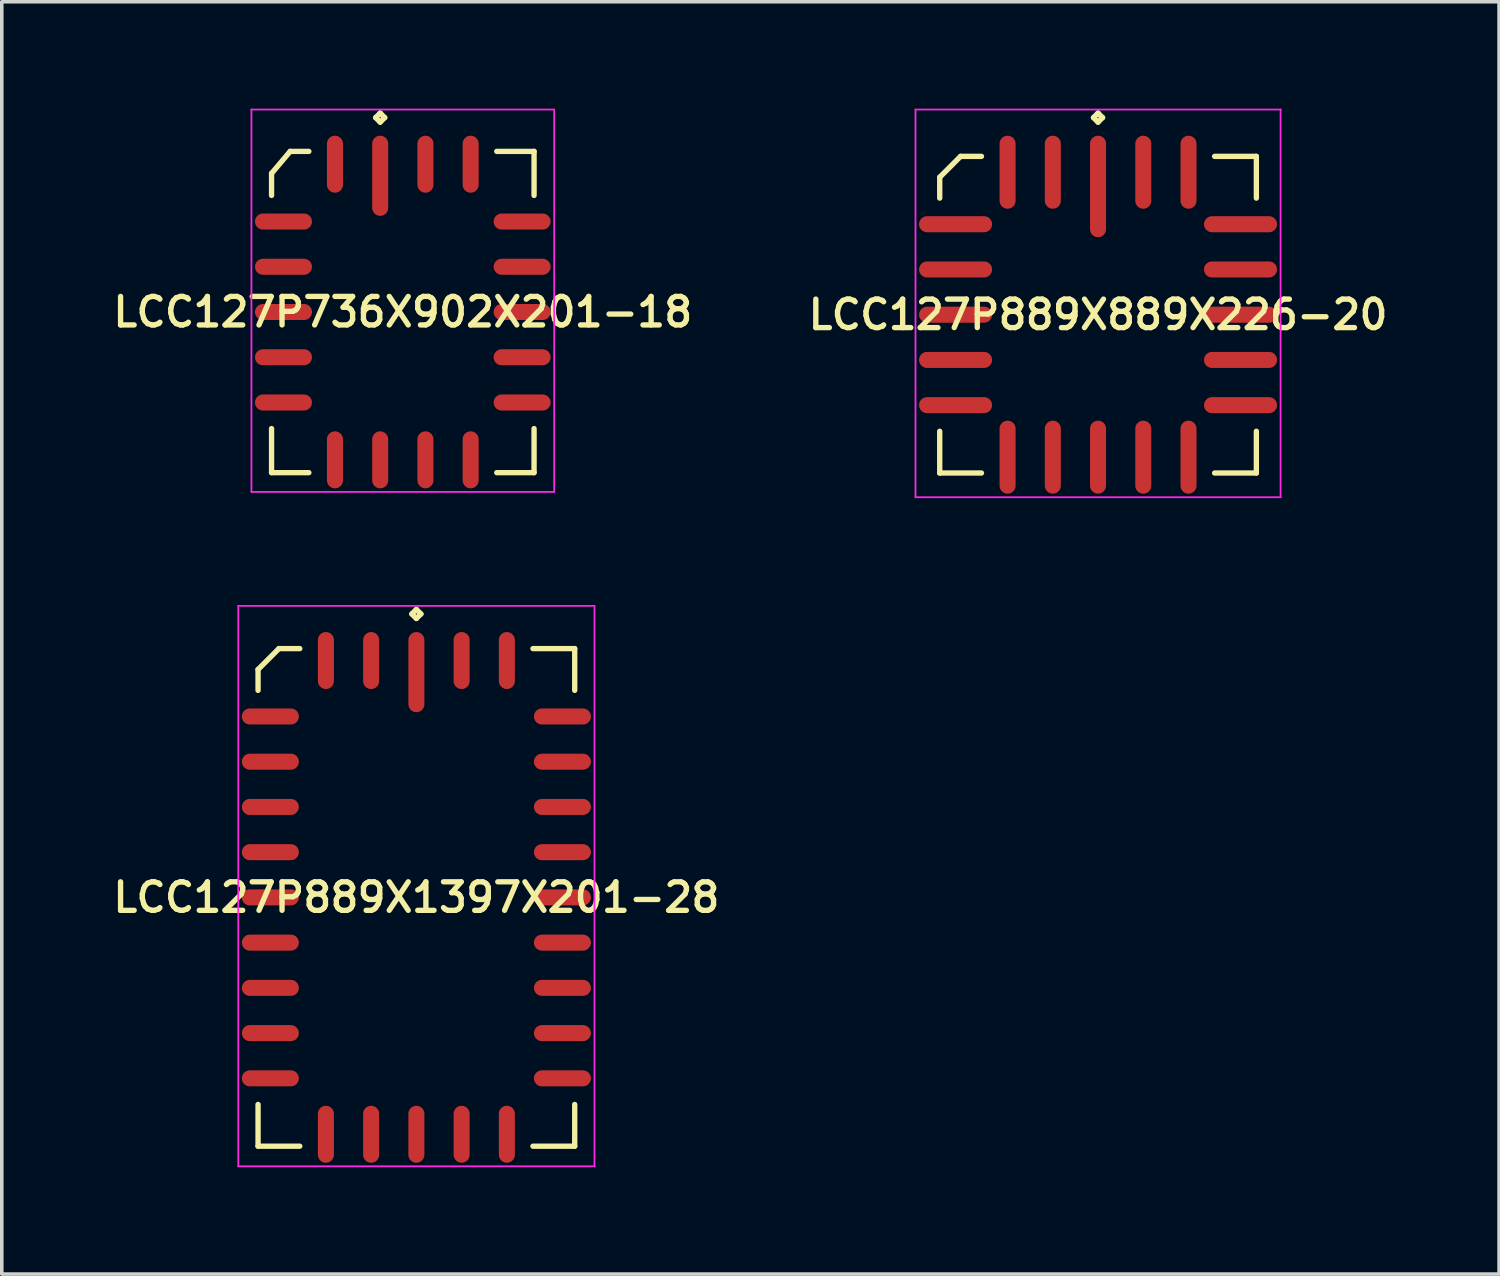
<source format=kicad_pcb>
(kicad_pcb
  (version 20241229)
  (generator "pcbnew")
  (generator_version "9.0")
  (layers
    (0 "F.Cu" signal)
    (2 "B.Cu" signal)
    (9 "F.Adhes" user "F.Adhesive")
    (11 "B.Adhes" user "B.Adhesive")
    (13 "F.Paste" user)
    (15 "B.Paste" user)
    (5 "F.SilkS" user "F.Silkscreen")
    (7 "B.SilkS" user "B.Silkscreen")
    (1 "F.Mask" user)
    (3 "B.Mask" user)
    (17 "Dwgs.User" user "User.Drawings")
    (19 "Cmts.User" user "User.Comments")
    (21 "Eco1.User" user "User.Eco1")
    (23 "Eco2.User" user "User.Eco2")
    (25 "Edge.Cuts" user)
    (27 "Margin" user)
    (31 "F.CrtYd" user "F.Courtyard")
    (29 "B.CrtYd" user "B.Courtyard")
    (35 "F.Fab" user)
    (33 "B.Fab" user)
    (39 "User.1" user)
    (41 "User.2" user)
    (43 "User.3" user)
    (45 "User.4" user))
  (footprint "LCC127P889X889X226-20"
    (layer "F.Cu")
    (at 27.778 5.785)
    (property "Reference" "LCC127P889X889X226-20" (at 0 0 0) (layer "F.SilkS") (effects (font (size 0.8 0.8) (thickness 0.15))))
    (attr smd)
    (fp_line (start -4.445 -3.859) (end -3.859 -4.445) (stroke (width 0.15) (type solid)) (layer "F.SilkS"))
    (fp_line (start -4.445 -3.273) (end -4.445 -3.859) (stroke (width 0.15) (type solid)) (layer "F.SilkS"))
    (fp_line (start -4.445 3.273) (end -4.445 4.445) (stroke (width 0.15) (type solid)) (layer "F.SilkS"))
    (fp_line (start -4.445 4.445) (end -3.273 4.445) (stroke (width 0.15) (type solid)) (layer "F.SilkS"))
    (fp_line (start -3.859 -4.445) (end -3.273 -4.445) (stroke (width 0.15) (type solid)) (layer "F.SilkS"))
    (fp_line (start -0.127 -5.533) (end 0 -5.66) (stroke (width 0.15) (type solid)) (layer "F.SilkS"))
    (fp_line (start 0 -5.66) (end 0.127 -5.533) (stroke (width 0.15) (type solid)) (layer "F.SilkS"))
    (fp_line (start 0 -5.406) (end -0.127 -5.533) (stroke (width 0.15) (type solid)) (layer "F.SilkS"))
    (fp_line (start 0.127 -5.533) (end 0 -5.406) (stroke (width 0.15) (type solid)) (layer "F.SilkS"))
    (fp_line (start 4.445 -4.445) (end 3.273 -4.445) (stroke (width 0.15) (type solid)) (layer "F.SilkS"))
    (fp_line (start 4.445 -3.273) (end 4.445 -4.445) (stroke (width 0.15) (type solid)) (layer "F.SilkS"))
    (fp_line (start 4.445 3.273) (end 4.445 4.445) (stroke (width 0.15) (type solid)) (layer "F.SilkS"))
    (fp_line (start 4.445 4.445) (end 3.273 4.445) (stroke (width 0.15) (type solid)) (layer "F.SilkS"))
    (fp_line (start -5.125 -5.76) (end 5.125 -5.76) (stroke (width 0.05) (type solid)) (layer "F.CrtYd"))
    (fp_line (start -5.125 5.125) (end -5.125 -5.76) (stroke (width 0.05) (type solid)) (layer "F.CrtYd"))
    (fp_line (start 5.125 -5.76) (end 5.125 5.125) (stroke (width 0.05) (type solid)) (layer "F.CrtYd"))
    (fp_line (start 5.125 5.125) (end -5.125 5.125) (stroke (width 0.05) (type solid)) (layer "F.CrtYd"))
    (pad "1" smd oval (at 0 -3.6) (size 0.45 2.85) (layers "F.Cu" "F.Mask" "F.Paste"))
    (pad "2" smd oval (at -1.27 -4) (size 0.45 2.05) (layers "F.Cu" "F.Mask" "F.Paste"))
    (pad "3" smd oval (at -2.54 -4) (size 0.45 2.05) (layers "F.Cu" "F.Mask" "F.Paste"))
    (pad "4" smd oval (at -4 -2.54) (size 2.05 0.45) (layers "F.Cu" "F.Mask" "F.Paste"))
    (pad "5" smd oval (at -4 -1.27) (size 2.05 0.45) (layers "F.Cu" "F.Mask" "F.Paste"))
    (pad "6" smd oval (at -4 0) (size 2.05 0.45) (layers "F.Cu" "F.Mask" "F.Paste"))
    (pad "7" smd oval (at -4 1.27) (size 2.05 0.45) (layers "F.Cu" "F.Mask" "F.Paste"))
    (pad "8" smd oval (at -4 2.54) (size 2.05 0.45) (layers "F.Cu" "F.Mask" "F.Paste"))
    (pad "9" smd oval (at -2.54 4) (size 0.45 2.05) (layers "F.Cu" "F.Mask" "F.Paste"))
    (pad "10" smd oval (at -1.27 4) (size 0.45 2.05) (layers "F.Cu" "F.Mask" "F.Paste"))
    (pad "11" smd oval (at 0 4) (size 0.45 2.05) (layers "F.Cu" "F.Mask" "F.Paste"))
    (pad "12" smd oval (at 1.27 4) (size 0.45 2.05) (layers "F.Cu" "F.Mask" "F.Paste"))
    (pad "13" smd oval (at 2.54 4) (size 0.45 2.05) (layers "F.Cu" "F.Mask" "F.Paste"))
    (pad "14" smd oval (at 4 2.54) (size 2.05 0.45) (layers "F.Cu" "F.Mask" "F.Paste"))
    (pad "15" smd oval (at 4 1.27) (size 2.05 0.45) (layers "F.Cu" "F.Mask" "F.Paste"))
    (pad "16" smd oval (at 4 0) (size 2.05 0.45) (layers "F.Cu" "F.Mask" "F.Paste"))
    (pad "17" smd oval (at 4 -1.27) (size 2.05 0.45) (layers "F.Cu" "F.Mask" "F.Paste"))
    (pad "18" smd oval (at 4 -2.54) (size 2.05 0.45) (layers "F.Cu" "F.Mask" "F.Paste"))
    (pad "19" smd oval (at 2.54 -4) (size 0.45 2.05) (layers "F.Cu" "F.Mask" "F.Paste"))
    (pad "20" smd oval (at 1.27 -4) (size 0.45 2.05) (layers "F.Cu" "F.Mask" "F.Paste")))
  (footprint "LCC127P889X1397X201-28"
    (layer "F.Cu")
    (at 8.64 22.145)
    (property "Reference" "LCC127P889X1397X201-28" (at 0 0 0) (layer "F.SilkS") (effects (font (size 0.8 0.8) (thickness 0.15))))
    (attr smd)
    (fp_line (start -4.445 -6.399) (end -3.859 -6.985) (stroke (width 0.15) (type solid)) (layer "F.SilkS"))
    (fp_line (start -4.445 -5.813) (end -4.445 -6.399) (stroke (width 0.15) (type solid)) (layer "F.SilkS"))
    (fp_line (start -4.445 5.813) (end -4.445 6.985) (stroke (width 0.15) (type solid)) (layer "F.SilkS"))
    (fp_line (start -4.445 6.985) (end -3.273 6.985) (stroke (width 0.15) (type solid)) (layer "F.SilkS"))
    (fp_line (start -3.859 -6.985) (end -3.273 -6.985) (stroke (width 0.15) (type solid)) (layer "F.SilkS"))
    (fp_line (start -0.127 -7.958) (end 0 -8.085) (stroke (width 0.15) (type solid)) (layer "F.SilkS"))
    (fp_line (start 0 -8.085) (end 0.127 -7.958) (stroke (width 0.15) (type solid)) (layer "F.SilkS"))
    (fp_line (start 0 -7.831) (end -0.127 -7.958) (stroke (width 0.15) (type solid)) (layer "F.SilkS"))
    (fp_line (start 0.127 -7.958) (end 0 -7.831) (stroke (width 0.15) (type solid)) (layer "F.SilkS"))
    (fp_line (start 4.445 -6.985) (end 3.273 -6.985) (stroke (width 0.15) (type solid)) (layer "F.SilkS"))
    (fp_line (start 4.445 -5.813) (end 4.445 -6.985) (stroke (width 0.15) (type solid)) (layer "F.SilkS"))
    (fp_line (start 4.445 5.813) (end 4.445 6.985) (stroke (width 0.15) (type solid)) (layer "F.SilkS"))
    (fp_line (start 4.445 6.985) (end 3.273 6.985) (stroke (width 0.15) (type solid)) (layer "F.SilkS"))
    (fp_line (start -5 -8.185) (end 5 -8.185) (stroke (width 0.05) (type solid)) (layer "F.CrtYd"))
    (fp_line (start -5 7.55) (end -5 -8.185) (stroke (width 0.05) (type solid)) (layer "F.CrtYd"))
    (fp_line (start 5 -8.185) (end 5 7.55) (stroke (width 0.05) (type solid)) (layer "F.CrtYd"))
    (fp_line (start 5 7.55) (end -5 7.55) (stroke (width 0.05) (type solid)) (layer "F.CrtYd"))
    (pad "1" smd oval (at 0 -6.325) (size 0.45 2.25) (layers "F.Cu" "F.Mask" "F.Paste"))
    (pad "2" smd oval (at -1.27 -6.65) (size 0.45 1.6) (layers "F.Cu" "F.Mask" "F.Paste"))
    (pad "3" smd oval (at -2.54 -6.65) (size 0.45 1.6) (layers "F.Cu" "F.Mask" "F.Paste"))
    (pad "4" smd oval (at -4.1 -5.08) (size 1.6 0.45) (layers "F.Cu" "F.Mask" "F.Paste"))
    (pad "5" smd oval (at -4.1 -3.81) (size 1.6 0.45) (layers "F.Cu" "F.Mask" "F.Paste"))
    (pad "6" smd oval (at -4.1 -2.54) (size 1.6 0.45) (layers "F.Cu" "F.Mask" "F.Paste"))
    (pad "7" smd oval (at -4.1 -1.27) (size 1.6 0.45) (layers "F.Cu" "F.Mask" "F.Paste"))
    (pad "8" smd oval (at -4.1 0) (size 1.6 0.45) (layers "F.Cu" "F.Mask" "F.Paste"))
    (pad "9" smd oval (at -4.1 1.27) (size 1.6 0.45) (layers "F.Cu" "F.Mask" "F.Paste"))
    (pad "10" smd oval (at -4.1 2.54) (size 1.6 0.45) (layers "F.Cu" "F.Mask" "F.Paste"))
    (pad "11" smd oval (at -4.1 3.81) (size 1.6 0.45) (layers "F.Cu" "F.Mask" "F.Paste"))
    (pad "12" smd oval (at -4.1 5.08) (size 1.6 0.45) (layers "F.Cu" "F.Mask" "F.Paste"))
    (pad "13" smd oval (at -2.54 6.65) (size 0.45 1.6) (layers "F.Cu" "F.Mask" "F.Paste"))
    (pad "14" smd oval (at -1.27 6.65) (size 0.45 1.6) (layers "F.Cu" "F.Mask" "F.Paste"))
    (pad "15" smd oval (at 0 6.65) (size 0.45 1.6) (layers "F.Cu" "F.Mask" "F.Paste"))
    (pad "16" smd oval (at 1.27 6.65) (size 0.45 1.6) (layers "F.Cu" "F.Mask" "F.Paste"))
    (pad "17" smd oval (at 2.54 6.65) (size 0.45 1.6) (layers "F.Cu" "F.Mask" "F.Paste"))
    (pad "18" smd oval (at 4.1 5.08) (size 1.6 0.45) (layers "F.Cu" "F.Mask" "F.Paste"))
    (pad "19" smd oval (at 4.1 3.81) (size 1.6 0.45) (layers "F.Cu" "F.Mask" "F.Paste"))
    (pad "20" smd oval (at 4.1 2.54) (size 1.6 0.45) (layers "F.Cu" "F.Mask" "F.Paste"))
    (pad "21" smd oval (at 4.1 1.27) (size 1.6 0.45) (layers "F.Cu" "F.Mask" "F.Paste"))
    (pad "22" smd oval (at 4.1 0) (size 1.6 0.45) (layers "F.Cu" "F.Mask" "F.Paste"))
    (pad "23" smd oval (at 4.1 -1.27) (size 1.6 0.45) (layers "F.Cu" "F.Mask" "F.Paste"))
    (pad "24" smd oval (at 4.1 -2.54) (size 1.6 0.45) (layers "F.Cu" "F.Mask" "F.Paste"))
    (pad "25" smd oval (at 4.1 -3.81) (size 1.6 0.45) (layers "F.Cu" "F.Mask" "F.Paste"))
    (pad "26" smd oval (at 4.1 -5.08) (size 1.6 0.45) (layers "F.Cu" "F.Mask" "F.Paste"))
    (pad "27" smd oval (at 2.54 -6.65) (size 0.45 1.6) (layers "F.Cu" "F.Mask" "F.Paste"))
    (pad "28" smd oval (at 1.27 -6.65) (size 0.45 1.6) (layers "F.Cu" "F.Mask" "F.Paste")))
  (footprint "LCC127P736X902X201-18"
    (layer "F.Cu")
    (at 8.259 5.71)
    (property "Reference" "LCC127P736X902X201-18" (at 0 0 0) (layer "F.SilkS") (effects (font (size 0.8 0.8) (thickness 0.15))))
    (attr smd)
    (fp_line (start -3.685 -3.892) (end -3.162 -4.51) (stroke (width 0.15) (type solid)) (layer "F.SilkS"))
    (fp_line (start -3.685 -3.273) (end -3.685 -3.892) (stroke (width 0.15) (type solid)) (layer "F.SilkS"))
    (fp_line (start -3.685 3.273) (end -3.685 4.51) (stroke (width 0.15) (type solid)) (layer "F.SilkS"))
    (fp_line (start -3.685 4.51) (end -2.638 4.51) (stroke (width 0.15) (type solid)) (layer "F.SilkS"))
    (fp_line (start -3.162 -4.51) (end -2.638 -4.51) (stroke (width 0.15) (type solid)) (layer "F.SilkS"))
    (fp_line (start -0.762 -5.458) (end -0.635 -5.585) (stroke (width 0.15) (type solid)) (layer "F.SilkS"))
    (fp_line (start -0.635 -5.585) (end -0.508 -5.458) (stroke (width 0.15) (type solid)) (layer "F.SilkS"))
    (fp_line (start -0.635 -5.331) (end -0.762 -5.458) (stroke (width 0.15) (type solid)) (layer "F.SilkS"))
    (fp_line (start -0.508 -5.458) (end -0.635 -5.331) (stroke (width 0.15) (type solid)) (layer "F.SilkS"))
    (fp_line (start 3.685 -4.51) (end 2.638 -4.51) (stroke (width 0.15) (type solid)) (layer "F.SilkS"))
    (fp_line (start 3.685 -3.273) (end 3.685 -4.51) (stroke (width 0.15) (type solid)) (layer "F.SilkS"))
    (fp_line (start 3.685 3.273) (end 3.685 4.51) (stroke (width 0.15) (type solid)) (layer "F.SilkS"))
    (fp_line (start 3.685 4.51) (end 2.638 4.51) (stroke (width 0.15) (type solid)) (layer "F.SilkS"))
    (fp_line (start -4.25 -5.685) (end 4.25 -5.685) (stroke (width 0.05) (type solid)) (layer "F.CrtYd"))
    (fp_line (start -4.25 5.05) (end -4.25 -5.685) (stroke (width 0.05) (type solid)) (layer "F.CrtYd"))
    (fp_line (start 4.25 -5.685) (end 4.25 5.05) (stroke (width 0.05) (type solid)) (layer "F.CrtYd"))
    (fp_line (start 4.25 5.05) (end -4.25 5.05) (stroke (width 0.05) (type solid)) (layer "F.CrtYd"))
    (pad "1" smd oval (at -0.635 -3.825) (size 0.45 2.25) (layers "F.Cu" "F.Mask" "F.Paste"))
    (pad "2" smd oval (at -1.905 -4.15) (size 0.45 1.6) (layers "F.Cu" "F.Mask" "F.Paste"))
    (pad "3" smd oval (at -3.35 -2.54) (size 1.6 0.45) (layers "F.Cu" "F.Mask" "F.Paste"))
    (pad "4" smd oval (at -3.35 -1.27) (size 1.6 0.45) (layers "F.Cu" "F.Mask" "F.Paste"))
    (pad "5" smd oval (at -3.35 0) (size 1.6 0.45) (layers "F.Cu" "F.Mask" "F.Paste"))
    (pad "6" smd oval (at -3.35 1.27) (size 1.6 0.45) (layers "F.Cu" "F.Mask" "F.Paste"))
    (pad "7" smd oval (at -3.35 2.54) (size 1.6 0.45) (layers "F.Cu" "F.Mask" "F.Paste"))
    (pad "8" smd oval (at -1.905 4.15) (size 0.45 1.6) (layers "F.Cu" "F.Mask" "F.Paste"))
    (pad "9" smd oval (at -0.635 4.15) (size 0.45 1.6) (layers "F.Cu" "F.Mask" "F.Paste"))
    (pad "10" smd oval (at 0.635 4.15) (size 0.45 1.6) (layers "F.Cu" "F.Mask" "F.Paste"))
    (pad "11" smd oval (at 1.905 4.15) (size 0.45 1.6) (layers "F.Cu" "F.Mask" "F.Paste"))
    (pad "12" smd oval (at 3.35 2.54) (size 1.6 0.45) (layers "F.Cu" "F.Mask" "F.Paste"))
    (pad "13" smd oval (at 3.35 1.27) (size 1.6 0.45) (layers "F.Cu" "F.Mask" "F.Paste"))
    (pad "14" smd oval (at 3.35 0) (size 1.6 0.45) (layers "F.Cu" "F.Mask" "F.Paste"))
    (pad "15" smd oval (at 3.35 -1.27) (size 1.6 0.45) (layers "F.Cu" "F.Mask" "F.Paste"))
    (pad "16" smd oval (at 3.35 -2.54) (size 1.6 0.45) (layers "F.Cu" "F.Mask" "F.Paste"))
    (pad "17" smd oval (at 1.905 -4.15) (size 0.45 1.6) (layers "F.Cu" "F.Mask" "F.Paste"))
    (pad "18" smd oval (at 0.635 -4.15) (size 0.45 1.6) (layers "F.Cu" "F.Mask" "F.Paste")))
  (gr_rect
    (start -3 -3)
    (end 39.037 32.72)
    (stroke (width 0.1) (type default))
    (fill no)
    (layer "Edge.Cuts")))
</source>
